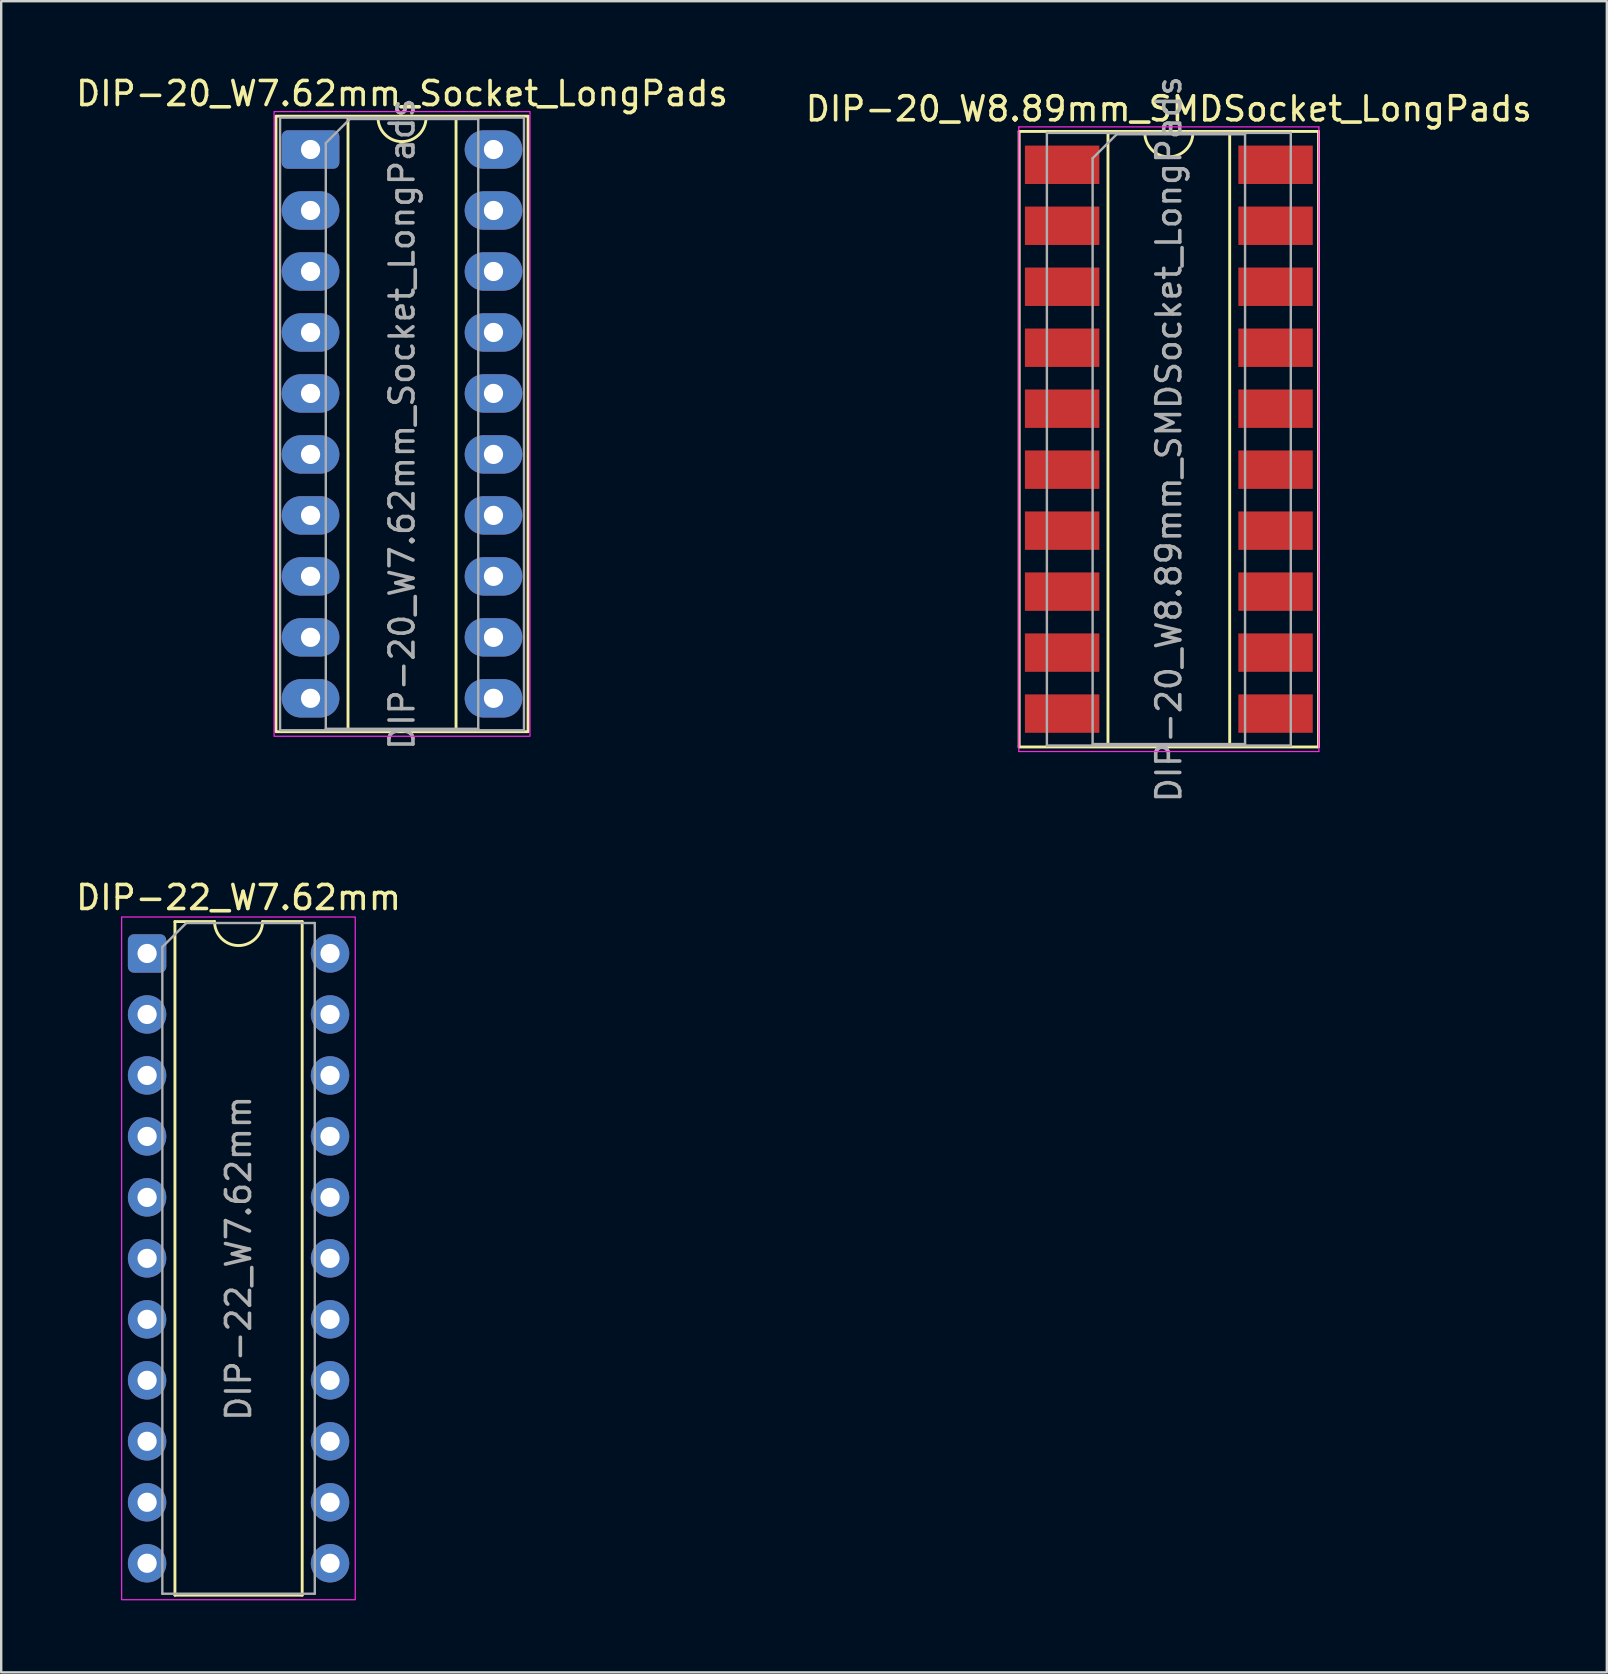
<source format=kicad_pcb>
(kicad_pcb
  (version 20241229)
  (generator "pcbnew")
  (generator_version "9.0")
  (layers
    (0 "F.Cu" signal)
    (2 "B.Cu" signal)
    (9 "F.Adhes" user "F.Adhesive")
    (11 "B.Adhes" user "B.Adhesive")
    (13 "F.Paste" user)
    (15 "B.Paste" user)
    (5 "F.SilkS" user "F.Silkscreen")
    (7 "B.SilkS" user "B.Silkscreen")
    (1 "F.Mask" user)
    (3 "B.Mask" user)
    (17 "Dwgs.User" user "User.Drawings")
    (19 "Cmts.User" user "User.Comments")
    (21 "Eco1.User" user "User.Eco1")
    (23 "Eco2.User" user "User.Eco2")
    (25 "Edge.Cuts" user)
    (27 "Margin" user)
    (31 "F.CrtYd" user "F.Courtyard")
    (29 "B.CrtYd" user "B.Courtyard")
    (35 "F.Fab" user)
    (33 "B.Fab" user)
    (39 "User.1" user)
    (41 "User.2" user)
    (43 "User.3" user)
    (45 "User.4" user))
  (footprint "DIP-20_W7.62mm_Socket_LongPads"
    (layer "F.Cu")
    (at 9.886 3.178)
    (property "Reference" "DIP-20_W7.62mm_Socket_LongPads" (at 3.81 -2.33 0) (layer "F.SilkS") (effects (font (size 1 1) (thickness 0.15))))
    (attr through_hole)
    (fp_line (start 1.56 -1.33) (end 1.56 24.19) (stroke (width 0.12) (type solid)) (layer "F.SilkS"))
    (fp_line (start 1.56 24.19) (end 6.06 24.19) (stroke (width 0.12) (type solid)) (layer "F.SilkS"))
    (fp_line (start 2.81 -1.33) (end 1.56 -1.33) (stroke (width 0.12) (type solid)) (layer "F.SilkS"))
    (fp_line (start 6.06 -1.33) (end 4.81 -1.33) (stroke (width 0.12) (type solid)) (layer "F.SilkS"))
    (fp_line (start 6.06 24.19) (end 6.06 -1.33) (stroke (width 0.12) (type solid)) (layer "F.SilkS"))
    (fp_rect (start -1.44 -1.39) (end 9.06 24.25) (stroke (width 0.12) (type solid)) (fill no) (layer "F.SilkS"))
    (fp_arc (start 4.81 -1.33) (mid 3.81 -0.33) (end 2.81 -1.33) (stroke (width 0.12) (type solid)) (layer "F.SilkS"))
    (fp_rect (start -1.52 -1.58) (end 9.14 24.44) (stroke (width 0.05) (type solid)) (fill no) (layer "F.CrtYd"))
    (fp_line (start 0.635 -0.27) (end 1.635 -1.27) (stroke (width 0.1) (type solid)) (layer "F.Fab"))
    (fp_line (start 0.635 24.13) (end 0.635 -0.27) (stroke (width 0.1) (type solid)) (layer "F.Fab"))
    (fp_line (start 1.635 -1.27) (end 6.985 -1.27) (stroke (width 0.1) (type solid)) (layer "F.Fab"))
    (fp_line (start 6.985 -1.27) (end 6.985 24.13) (stroke (width 0.1) (type solid)) (layer "F.Fab"))
    (fp_line (start 6.985 24.13) (end 0.635 24.13) (stroke (width 0.1) (type solid)) (layer "F.Fab"))
    (fp_rect (start -1.27 -1.33) (end 8.89 24.19) (stroke (width 0.1) (type solid)) (fill no) (layer "F.Fab"))
    (fp_text user "${REFERENCE}" (at 3.81 11.43 90) (layer "F.Fab") (effects (font (size 1 1) (thickness 0.15))))
    (pad "1" thru_hole roundrect (at 0 0) (size 2.4 1.6) (drill 0.8) (layers "*.Cu" "*.Mask") (roundrect_rratio 0.156))
    (pad "2" thru_hole oval (at 0 2.54) (size 2.4 1.6) (drill 0.8) (layers "*.Cu" "*.Mask"))
    (pad "3" thru_hole oval (at 0 5.08) (size 2.4 1.6) (drill 0.8) (layers "*.Cu" "*.Mask"))
    (pad "4" thru_hole oval (at 0 7.62) (size 2.4 1.6) (drill 0.8) (layers "*.Cu" "*.Mask"))
    (pad "5" thru_hole oval (at 0 10.16) (size 2.4 1.6) (drill 0.8) (layers "*.Cu" "*.Mask"))
    (pad "6" thru_hole oval (at 0 12.7) (size 2.4 1.6) (drill 0.8) (layers "*.Cu" "*.Mask"))
    (pad "7" thru_hole oval (at 0 15.24) (size 2.4 1.6) (drill 0.8) (layers "*.Cu" "*.Mask"))
    (pad "8" thru_hole oval (at 0 17.78) (size 2.4 1.6) (drill 0.8) (layers "*.Cu" "*.Mask"))
    (pad "9" thru_hole oval (at 0 20.32) (size 2.4 1.6) (drill 0.8) (layers "*.Cu" "*.Mask"))
    (pad "10" thru_hole oval (at 0 22.86) (size 2.4 1.6) (drill 0.8) (layers "*.Cu" "*.Mask"))
    (pad "11" thru_hole oval (at 7.62 22.86) (size 2.4 1.6) (drill 0.8) (layers "*.Cu" "*.Mask"))
    (pad "12" thru_hole oval (at 7.62 20.32) (size 2.4 1.6) (drill 0.8) (layers "*.Cu" "*.Mask"))
    (pad "13" thru_hole oval (at 7.62 17.78) (size 2.4 1.6) (drill 0.8) (layers "*.Cu" "*.Mask"))
    (pad "14" thru_hole oval (at 7.62 15.24) (size 2.4 1.6) (drill 0.8) (layers "*.Cu" "*.Mask"))
    (pad "15" thru_hole oval (at 7.62 12.7) (size 2.4 1.6) (drill 0.8) (layers "*.Cu" "*.Mask"))
    (pad "16" thru_hole oval (at 7.62 10.16) (size 2.4 1.6) (drill 0.8) (layers "*.Cu" "*.Mask"))
    (pad "17" thru_hole oval (at 7.62 7.62) (size 2.4 1.6) (drill 0.8) (layers "*.Cu" "*.Mask"))
    (pad "18" thru_hole oval (at 7.62 5.08) (size 2.4 1.6) (drill 0.8) (layers "*.Cu" "*.Mask"))
    (pad "19" thru_hole oval (at 7.62 2.54) (size 2.4 1.6) (drill 0.8) (layers "*.Cu" "*.Mask"))
    (pad "20" thru_hole oval (at 7.62 0) (size 2.4 1.6) (drill 0.8) (layers "*.Cu" "*.Mask")))
  (footprint "DIP-22_W7.62mm"
    (layer "F.Cu")
    (at 3.077 36.666)
    (property "Reference" "DIP-22_W7.62mm" (at 3.81 -2.33 0) (layer "F.SilkS") (effects (font (size 1 1) (thickness 0.15))))
    (attr through_hole)
    (fp_line (start 1.16 -1.33) (end 1.16 26.73) (stroke (width 0.12) (type solid)) (layer "F.SilkS"))
    (fp_line (start 1.16 26.73) (end 6.46 26.73) (stroke (width 0.12) (type solid)) (layer "F.SilkS"))
    (fp_line (start 2.81 -1.33) (end 1.16 -1.33) (stroke (width 0.12) (type solid)) (layer "F.SilkS"))
    (fp_line (start 6.46 -1.33) (end 4.81 -1.33) (stroke (width 0.12) (type solid)) (layer "F.SilkS"))
    (fp_line (start 6.46 26.73) (end 6.46 -1.33) (stroke (width 0.12) (type solid)) (layer "F.SilkS"))
    (fp_arc (start 4.81 -1.33) (mid 3.81 -0.33) (end 2.81 -1.33) (stroke (width 0.12) (type solid)) (layer "F.SilkS"))
    (fp_rect (start -1.06 -1.52) (end 8.67 26.92) (stroke (width 0.05) (type solid)) (fill no) (layer "F.CrtYd"))
    (fp_line (start 0.635 -0.27) (end 1.635 -1.27) (stroke (width 0.1) (type solid)) (layer "F.Fab"))
    (fp_line (start 0.635 26.67) (end 0.635 -0.27) (stroke (width 0.1) (type solid)) (layer "F.Fab"))
    (fp_line (start 1.635 -1.27) (end 6.985 -1.27) (stroke (width 0.1) (type solid)) (layer "F.Fab"))
    (fp_line (start 6.985 -1.27) (end 6.985 26.67) (stroke (width 0.1) (type solid)) (layer "F.Fab"))
    (fp_line (start 6.985 26.67) (end 0.635 26.67) (stroke (width 0.1) (type solid)) (layer "F.Fab"))
    (fp_text user "${REFERENCE}" (at 3.81 12.7 90) (layer "F.Fab") (effects (font (size 1 1) (thickness 0.15))))
    (pad "1" thru_hole roundrect (at 0 0) (size 1.6 1.6) (drill 0.8) (layers "*.Cu" "*.Mask") (roundrect_rratio 0.156))
    (pad "2" thru_hole circle (at 0 2.54) (size 1.6 1.6) (drill 0.8) (layers "*.Cu" "*.Mask"))
    (pad "3" thru_hole circle (at 0 5.08) (size 1.6 1.6) (drill 0.8) (layers "*.Cu" "*.Mask"))
    (pad "4" thru_hole circle (at 0 7.62) (size 1.6 1.6) (drill 0.8) (layers "*.Cu" "*.Mask"))
    (pad "5" thru_hole circle (at 0 10.16) (size 1.6 1.6) (drill 0.8) (layers "*.Cu" "*.Mask"))
    (pad "6" thru_hole circle (at 0 12.7) (size 1.6 1.6) (drill 0.8) (layers "*.Cu" "*.Mask"))
    (pad "7" thru_hole circle (at 0 15.24) (size 1.6 1.6) (drill 0.8) (layers "*.Cu" "*.Mask"))
    (pad "8" thru_hole circle (at 0 17.78) (size 1.6 1.6) (drill 0.8) (layers "*.Cu" "*.Mask"))
    (pad "9" thru_hole circle (at 0 20.32) (size 1.6 1.6) (drill 0.8) (layers "*.Cu" "*.Mask"))
    (pad "10" thru_hole circle (at 0 22.86) (size 1.6 1.6) (drill 0.8) (layers "*.Cu" "*.Mask"))
    (pad "11" thru_hole circle (at 0 25.4) (size 1.6 1.6) (drill 0.8) (layers "*.Cu" "*.Mask"))
    (pad "12" thru_hole circle (at 7.62 25.4) (size 1.6 1.6) (drill 0.8) (layers "*.Cu" "*.Mask"))
    (pad "13" thru_hole circle (at 7.62 22.86) (size 1.6 1.6) (drill 0.8) (layers "*.Cu" "*.Mask"))
    (pad "14" thru_hole circle (at 7.62 20.32) (size 1.6 1.6) (drill 0.8) (layers "*.Cu" "*.Mask"))
    (pad "15" thru_hole circle (at 7.62 17.78) (size 1.6 1.6) (drill 0.8) (layers "*.Cu" "*.Mask"))
    (pad "16" thru_hole circle (at 7.62 15.24) (size 1.6 1.6) (drill 0.8) (layers "*.Cu" "*.Mask"))
    (pad "17" thru_hole circle (at 7.62 12.7) (size 1.6 1.6) (drill 0.8) (layers "*.Cu" "*.Mask"))
    (pad "18" thru_hole circle (at 7.62 10.16) (size 1.6 1.6) (drill 0.8) (layers "*.Cu" "*.Mask"))
    (pad "19" thru_hole circle (at 7.62 7.62) (size 1.6 1.6) (drill 0.8) (layers "*.Cu" "*.Mask"))
    (pad "20" thru_hole circle (at 7.62 5.08) (size 1.6 1.6) (drill 0.8) (layers "*.Cu" "*.Mask"))
    (pad "21" thru_hole circle (at 7.62 2.54) (size 1.6 1.6) (drill 0.8) (layers "*.Cu" "*.Mask"))
    (pad "22" thru_hole circle (at 7.62 0) (size 1.6 1.6) (drill 0.8) (layers "*.Cu" "*.Mask")))
  (footprint "DIP-20_W8.89mm_SMDSocket_LongPads"
    (layer "F.Cu")
    (at 45.637 15.244)
    (property "Reference" "DIP-20_W8.89mm_SMDSocket_LongPads" (at 0 -13.76 0) (layer "F.SilkS") (effects (font (size 1 1) (thickness 0.15))))
    (attr smd)
    (fp_line (start -6.235 -12.82) (end -6.235 12.82) (stroke (width 0.12) (type solid)) (layer "F.SilkS"))
    (fp_line (start -6.235 12.82) (end 6.235 12.82) (stroke (width 0.12) (type solid)) (layer "F.SilkS"))
    (fp_line (start -2.535 -12.76) (end -2.535 12.76) (stroke (width 0.12) (type solid)) (layer "F.SilkS"))
    (fp_line (start -2.535 12.76) (end 2.535 12.76) (stroke (width 0.12) (type solid)) (layer "F.SilkS"))
    (fp_line (start -1 -12.76) (end -2.535 -12.76) (stroke (width 0.12) (type solid)) (layer "F.SilkS"))
    (fp_line (start 2.535 -12.76) (end 1 -12.76) (stroke (width 0.12) (type solid)) (layer "F.SilkS"))
    (fp_line (start 2.535 12.76) (end 2.535 -12.76) (stroke (width 0.12) (type solid)) (layer "F.SilkS"))
    (fp_line (start 6.235 -12.82) (end -6.235 -12.82) (stroke (width 0.12) (type solid)) (layer "F.SilkS"))
    (fp_line (start 6.235 12.82) (end 6.235 -12.82) (stroke (width 0.12) (type solid)) (layer "F.SilkS"))
    (fp_arc (start 1 -12.76) (mid 0 -11.76) (end -1 -12.76) (stroke (width 0.12) (type solid)) (layer "F.SilkS"))
    (fp_line (start -6.25 -13.01) (end -6.25 13.01) (stroke (width 0.05) (type solid)) (layer "F.CrtYd"))
    (fp_line (start -6.25 13.01) (end 6.25 13.01) (stroke (width 0.05) (type solid)) (layer "F.CrtYd"))
    (fp_line (start 6.25 -13.01) (end -6.25 -13.01) (stroke (width 0.05) (type solid)) (layer "F.CrtYd"))
    (fp_line (start 6.25 13.01) (end 6.25 -13.01) (stroke (width 0.05) (type solid)) (layer "F.CrtYd"))
    (fp_line (start -5.08 -12.76) (end -5.08 12.76) (stroke (width 0.1) (type solid)) (layer "F.Fab"))
    (fp_line (start -5.08 12.76) (end 5.08 12.76) (stroke (width 0.1) (type solid)) (layer "F.Fab"))
    (fp_line (start -3.175 -11.7) (end -2.175 -12.7) (stroke (width 0.1) (type solid)) (layer "F.Fab"))
    (fp_line (start -3.175 12.7) (end -3.175 -11.7) (stroke (width 0.1) (type solid)) (layer "F.Fab"))
    (fp_line (start -2.175 -12.7) (end 3.175 -12.7) (stroke (width 0.1) (type solid)) (layer "F.Fab"))
    (fp_line (start 3.175 -12.7) (end 3.175 12.7) (stroke (width 0.1) (type solid)) (layer "F.Fab"))
    (fp_line (start 3.175 12.7) (end -3.175 12.7) (stroke (width 0.1) (type solid)) (layer "F.Fab"))
    (fp_line (start 5.08 -12.76) (end -5.08 -12.76) (stroke (width 0.1) (type solid)) (layer "F.Fab"))
    (fp_line (start 5.08 12.76) (end 5.08 -12.76) (stroke (width 0.1) (type solid)) (layer "F.Fab"))
    (fp_text user "${REFERENCE}" (at 0 0 90) (layer "F.Fab") (effects (font (size 1 1) (thickness 0.15))))
    (pad "1" smd rect (at -4.445 -11.43) (size 3.1 1.6) (layers "F.Cu" "F.Mask" "F.Paste"))
    (pad "2" smd rect (at -4.445 -8.89) (size 3.1 1.6) (layers "F.Cu" "F.Mask" "F.Paste"))
    (pad "3" smd rect (at -4.445 -6.35) (size 3.1 1.6) (layers "F.Cu" "F.Mask" "F.Paste"))
    (pad "4" smd rect (at -4.445 -3.81) (size 3.1 1.6) (layers "F.Cu" "F.Mask" "F.Paste"))
    (pad "5" smd rect (at -4.445 -1.27) (size 3.1 1.6) (layers "F.Cu" "F.Mask" "F.Paste"))
    (pad "6" smd rect (at -4.445 1.27) (size 3.1 1.6) (layers "F.Cu" "F.Mask" "F.Paste"))
    (pad "7" smd rect (at -4.445 3.81) (size 3.1 1.6) (layers "F.Cu" "F.Mask" "F.Paste"))
    (pad "8" smd rect (at -4.445 6.35) (size 3.1 1.6) (layers "F.Cu" "F.Mask" "F.Paste"))
    (pad "9" smd rect (at -4.445 8.89) (size 3.1 1.6) (layers "F.Cu" "F.Mask" "F.Paste"))
    (pad "10" smd rect (at -4.445 11.43) (size 3.1 1.6) (layers "F.Cu" "F.Mask" "F.Paste"))
    (pad "11" smd rect (at 4.445 11.43) (size 3.1 1.6) (layers "F.Cu" "F.Mask" "F.Paste"))
    (pad "12" smd rect (at 4.445 8.89) (size 3.1 1.6) (layers "F.Cu" "F.Mask" "F.Paste"))
    (pad "13" smd rect (at 4.445 6.35) (size 3.1 1.6) (layers "F.Cu" "F.Mask" "F.Paste"))
    (pad "14" smd rect (at 4.445 3.81) (size 3.1 1.6) (layers "F.Cu" "F.Mask" "F.Paste"))
    (pad "15" smd rect (at 4.445 1.27) (size 3.1 1.6) (layers "F.Cu" "F.Mask" "F.Paste"))
    (pad "16" smd rect (at 4.445 -1.27) (size 3.1 1.6) (layers "F.Cu" "F.Mask" "F.Paste"))
    (pad "17" smd rect (at 4.445 -3.81) (size 3.1 1.6) (layers "F.Cu" "F.Mask" "F.Paste"))
    (pad "18" smd rect (at 4.445 -6.35) (size 3.1 1.6) (layers "F.Cu" "F.Mask" "F.Paste"))
    (pad "19" smd rect (at 4.445 -8.89) (size 3.1 1.6) (layers "F.Cu" "F.Mask" "F.Paste"))
    (pad "20" smd rect (at 4.445 -11.43) (size 3.1 1.6) (layers "F.Cu" "F.Mask" "F.Paste")))
  (gr_rect
    (start -3 -3)
    (end 63.881 66.611)
    (stroke (width 0.1) (type default))
    (fill no)
    (layer "Edge.Cuts")))
</source>
